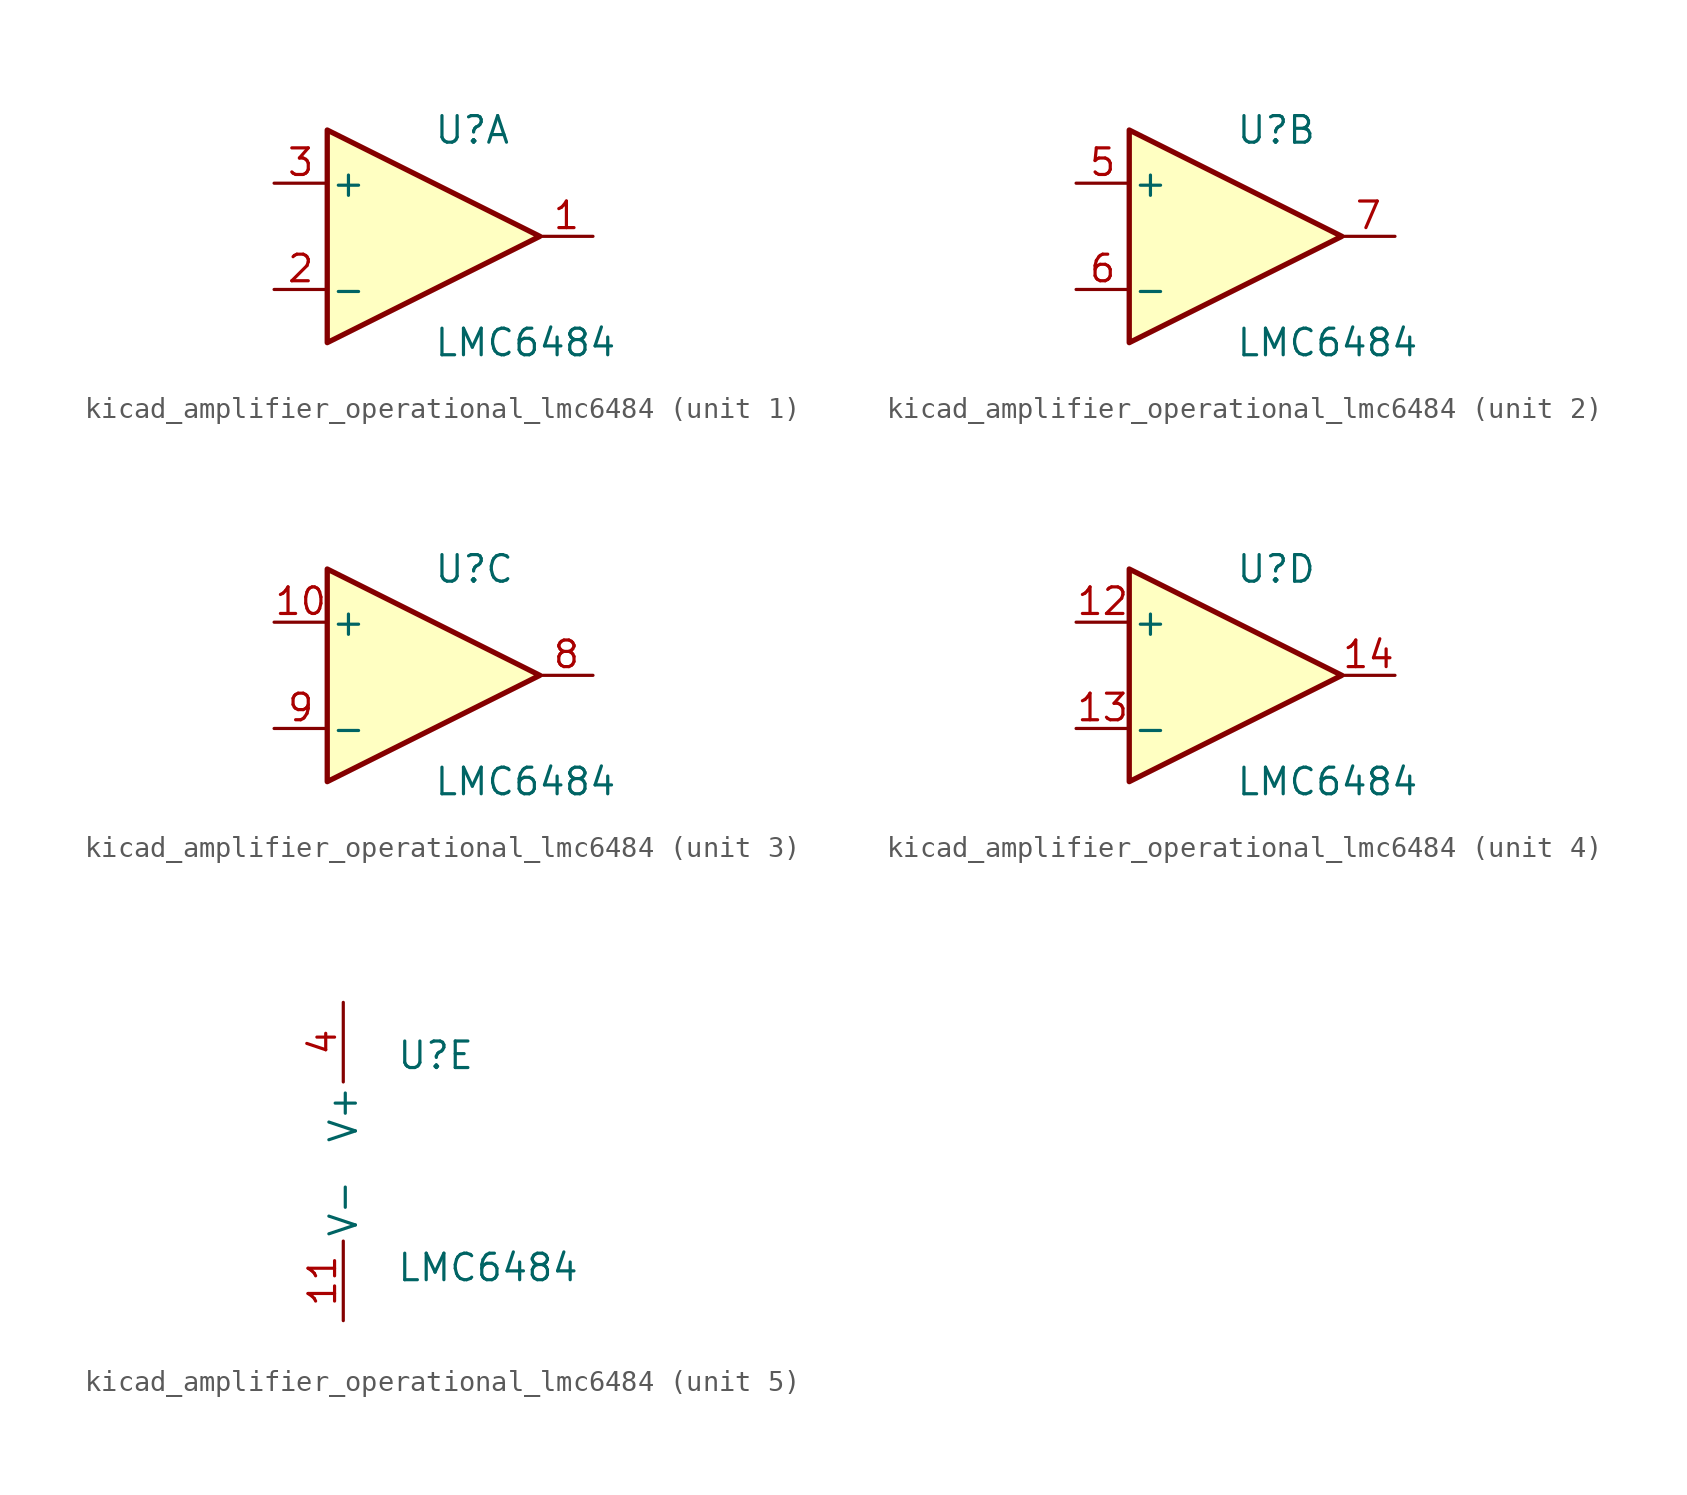
<source format=kicad_sym>
(kicad_symbol_lib
  (version 20220914)
  (generator kicad_symbol_editor)
  (symbol "kicad_amplifier_operational_lmc6484"
    (pin_names
      (offset 0.127))
    (property "Reference" "U"
      (at 0 5.08 0)
      (effects (font (size 1.27 1.27)) (justify left)))
    (property "Value" "LMC6484"
      (at 0 -5.08 0)
      (effects (font (size 1.27 1.27)) (justify left)))
    (property "ki_locked" ""
      (at 0 0 0)
      (effects (font (size 1.27 1.27))))
    (symbol "kicad_amplifier_operational_lmc6484_1_1"
      (polyline (pts (xy -5.08 5.08) (xy 5.08 0) (xy -5.08 -5.08) (xy -5.08 5.08)) (stroke (width 0.254) (type default)) (fill (type background)))
      (pin output line (at 7.62 0 180) (length 2.54) (name "~" (effects (font (size 1.27 1.27)))) (number "1" (effects (font (size 1.27 1.27)))))
      (pin input line (at -7.62 -2.54 0) (length 2.54) (name "-" (effects (font (size 1.27 1.27)))) (number "2" (effects (font (size 1.27 1.27)))))
      (pin input line (at -7.62 2.54 0) (length 2.54) (name "+" (effects (font (size 1.27 1.27)))) (number "3" (effects (font (size 1.27 1.27))))))
    (symbol "kicad_amplifier_operational_lmc6484_2_1"
      (polyline (pts (xy -5.08 5.08) (xy 5.08 0) (xy -5.08 -5.08) (xy -5.08 5.08)) (stroke (width 0.254) (type default)) (fill (type background)))
      (pin input line (at -7.62 2.54 0) (length 2.54) (name "+" (effects (font (size 1.27 1.27)))) (number "5" (effects (font (size 1.27 1.27)))))
      (pin input line (at -7.62 -2.54 0) (length 2.54) (name "-" (effects (font (size 1.27 1.27)))) (number "6" (effects (font (size 1.27 1.27)))))
      (pin output line (at 7.62 0 180) (length 2.54) (name "~" (effects (font (size 1.27 1.27)))) (number "7" (effects (font (size 1.27 1.27))))))
    (symbol "kicad_amplifier_operational_lmc6484_3_1"
      (polyline (pts (xy -5.08 5.08) (xy 5.08 0) (xy -5.08 -5.08) (xy -5.08 5.08)) (stroke (width 0.254) (type default)) (fill (type background)))
      (pin input line (at -7.62 2.54 0) (length 2.54) (name "+" (effects (font (size 1.27 1.27)))) (number "10" (effects (font (size 1.27 1.27)))))
      (pin output line (at 7.62 0 180) (length 2.54) (name "~" (effects (font (size 1.27 1.27)))) (number "8" (effects (font (size 1.27 1.27)))))
      (pin input line (at -7.62 -2.54 0) (length 2.54) (name "-" (effects (font (size 1.27 1.27)))) (number "9" (effects (font (size 1.27 1.27))))))
    (symbol "kicad_amplifier_operational_lmc6484_4_1"
      (polyline (pts (xy -5.08 5.08) (xy 5.08 0) (xy -5.08 -5.08) (xy -5.08 5.08)) (stroke (width 0.254) (type default)) (fill (type background)))
      (pin input line (at -7.62 2.54 0) (length 2.54) (name "+" (effects (font (size 1.27 1.27)))) (number "12" (effects (font (size 1.27 1.27)))))
      (pin input line (at -7.62 -2.54 0) (length 2.54) (name "-" (effects (font (size 1.27 1.27)))) (number "13" (effects (font (size 1.27 1.27)))))
      (pin output line (at 7.62 0 180) (length 2.54) (name "~" (effects (font (size 1.27 1.27)))) (number "14" (effects (font (size 1.27 1.27))))))
    (symbol "kicad_amplifier_operational_lmc6484_5_1"
      (pin power_in line (at -2.54 -7.62 90) (length 3.81) (name "V-" (effects (font (size 1.27 1.27)))) (number "11" (effects (font (size 1.27 1.27)))))
      (pin power_in line (at -2.54 7.62 270) (length 3.81) (name "V+" (effects (font (size 1.27 1.27)))) (number "4" (effects (font (size 1.27 1.27))))))))
</source>
